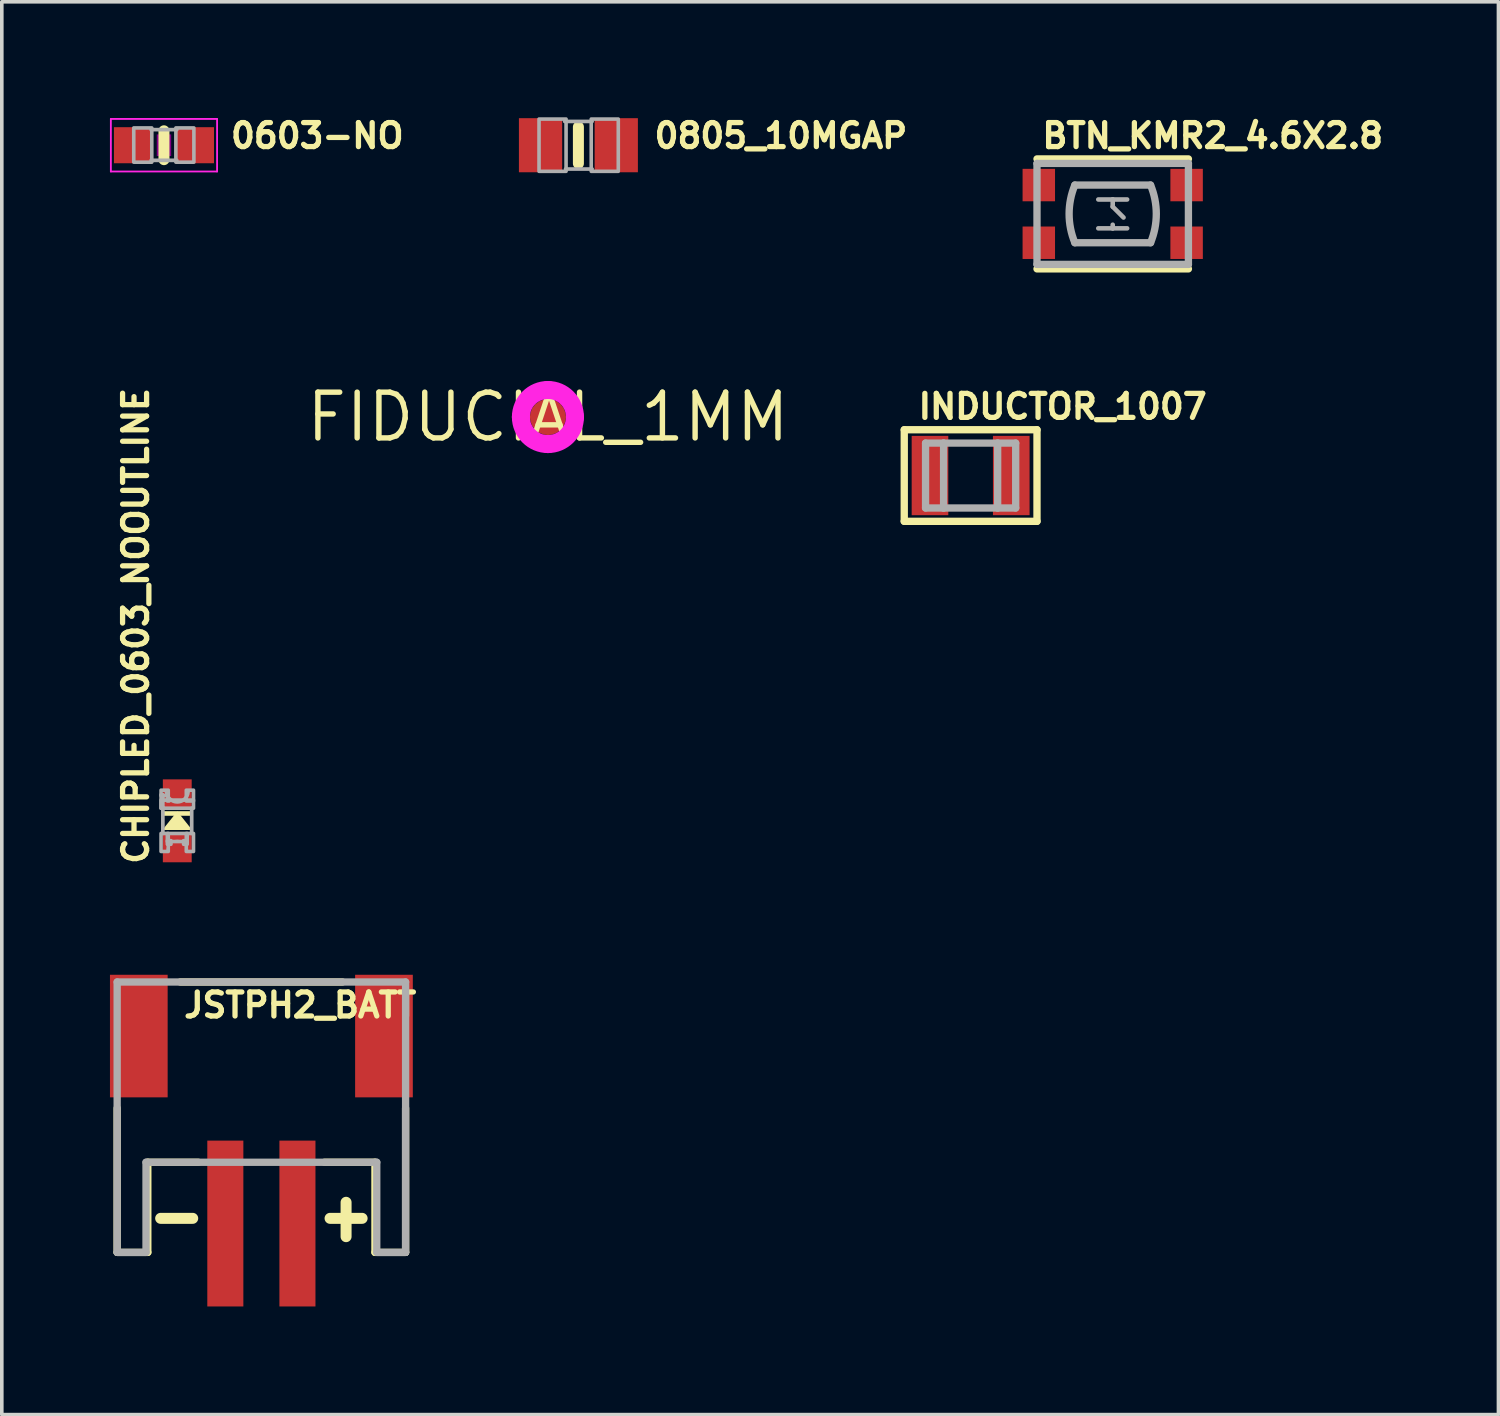
<source format=kicad_pcb>
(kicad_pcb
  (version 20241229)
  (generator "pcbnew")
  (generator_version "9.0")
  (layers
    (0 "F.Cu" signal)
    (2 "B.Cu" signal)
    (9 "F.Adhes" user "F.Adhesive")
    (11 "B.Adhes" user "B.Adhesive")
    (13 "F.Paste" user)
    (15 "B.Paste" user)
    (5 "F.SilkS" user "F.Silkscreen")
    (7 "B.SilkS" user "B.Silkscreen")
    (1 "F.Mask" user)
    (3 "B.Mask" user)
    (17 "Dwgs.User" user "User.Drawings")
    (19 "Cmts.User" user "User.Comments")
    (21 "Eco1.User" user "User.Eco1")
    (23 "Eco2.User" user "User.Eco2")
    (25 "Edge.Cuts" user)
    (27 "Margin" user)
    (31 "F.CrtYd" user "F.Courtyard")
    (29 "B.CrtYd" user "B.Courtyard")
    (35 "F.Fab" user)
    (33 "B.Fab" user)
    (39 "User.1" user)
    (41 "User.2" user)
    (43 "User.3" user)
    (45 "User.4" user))
  (footprint "BTN_KMR2_4.6X2.8"
    (layer "F.Cu")
    (at 27.813 2.883)
    (property "Reference" "BTN_KMR2_4.6X2.8" (at -2.032 -1.778 0) (layer "F.SilkS") (effects (font (size 0.666 0.666) (thickness 0.146)) (justify left bottom)))
    (fp_line (start -2.1 -1.525) (end 2.1 -1.525) (stroke (width 0.203) (type solid)) (layer "F.SilkS"))
    (fp_line (start 2.1 1.525) (end -2.1 1.525) (stroke (width 0.203) (type solid)) (layer "F.SilkS"))
    (fp_line (start -2.1 -1.4) (end 2.1 -1.4) (stroke (width 0.203) (type solid)) (layer "F.Fab"))
    (fp_line (start -2.1 1.4) (end -2.1 -1.4) (stroke (width 0.203) (type solid)) (layer "F.Fab"))
    (fp_line (start -1.05 -0.8) (end 1.05 -0.8) (stroke (width 0.203) (type solid)) (layer "F.Fab"))
    (fp_line (start -0.4 -0.4) (end 0 -0.4) (stroke (width 0.127) (type solid)) (layer "F.Fab"))
    (fp_line (start -0.4 0.4) (end 0 0.4) (stroke (width 0.127) (type solid)) (layer "F.Fab"))
    (fp_line (start 0 -0.4) (end 0 -0.2) (stroke (width 0.127) (type solid)) (layer "F.Fab"))
    (fp_line (start 0 -0.4) (end 0.4 -0.4) (stroke (width 0.127) (type solid)) (layer "F.Fab"))
    (fp_line (start 0 -0.2) (end 0.3 0.1) (stroke (width 0.127) (type solid)) (layer "F.Fab"))
    (fp_line (start 0 0.4) (end 0 0.3) (stroke (width 0.127) (type solid)) (layer "F.Fab"))
    (fp_line (start 0 0.4) (end 0.4 0.4) (stroke (width 0.127) (type solid)) (layer "F.Fab"))
    (fp_line (start 1.05 0.8) (end -1.05 0.8) (stroke (width 0.203) (type solid)) (layer "F.Fab"))
    (fp_line (start 2.1 -1.4) (end 2.1 1.4) (stroke (width 0.203) (type solid)) (layer "F.Fab"))
    (fp_line (start 2.1 1.4) (end -2.1 1.4) (stroke (width 0.203) (type solid)) (layer "F.Fab"))
    (fp_arc (start -1.05 0.8) (mid -1.209128 0) (end -1.05 -0.799999) (stroke (width 0.2032) (type solid)) (layer "F.Fab"))
    (fp_arc (start 1.05 -0.8) (mid 1.209128 0) (end 1.05 0.799999) (stroke (width 0.2032) (type solid)) (layer "F.Fab"))
    (pad "A" smd rect (at 2.05 -0.8) (size 0.9 0.9) (layers "F.Cu" "F.Mask" "F.Paste"))
    (pad "A'" smd rect (at -2.05 -0.8) (size 0.9 0.9) (layers "F.Cu" "F.Mask" "F.Paste"))
    (pad "B" smd rect (at 2.05 0.8) (size 0.9 0.9) (layers "F.Cu" "F.Mask" "F.Paste"))
    (pad "B'" smd rect (at -2.05 0.8) (size 0.9 0.9) (layers "F.Cu" "F.Mask" "F.Paste")))
  (footprint "INDUCTOR_1007"
    (layer "F.Cu")
    (at 23.872 10.14)
    (property "Reference" "INDUCTOR_1007" (at -1.524 -1.524 0) (layer "F.SilkS") (effects (font (size 0.666 0.666) (thickness 0.146)) (justify left bottom)))
    (fp_line (start -1.841 -1.27) (end 1.841 -1.27) (stroke (width 0.203) (type solid)) (layer "F.SilkS"))
    (fp_line (start -1.841 1.27) (end -1.841 -1.27) (stroke (width 0.203) (type solid)) (layer "F.SilkS"))
    (fp_line (start 1.841 -1.27) (end 1.841 1.27) (stroke (width 0.203) (type solid)) (layer "F.SilkS"))
    (fp_line (start 1.841 1.27) (end -1.841 1.27) (stroke (width 0.203) (type solid)) (layer "F.SilkS"))
    (fp_line (start -1.25 -0.9) (end -0.75 -0.9) (stroke (width 0.203) (type solid)) (layer "F.Fab"))
    (fp_line (start -1.25 0.9) (end -1.25 -0.9) (stroke (width 0.203) (type solid)) (layer "F.Fab"))
    (fp_line (start -1.25 0.9) (end -0.75 0.9) (stroke (width 0.203) (type solid)) (layer "F.Fab"))
    (fp_line (start -0.75 -0.9) (end 0.75 -0.9) (stroke (width 0.203) (type solid)) (layer "F.Fab"))
    (fp_line (start -0.75 0.9) (end -0.75 -0.9) (stroke (width 0.203) (type solid)) (layer "F.Fab"))
    (fp_line (start -0.75 0.9) (end 0.75 0.9) (stroke (width 0.203) (type solid)) (layer "F.Fab"))
    (fp_line (start 0.75 -0.9) (end 1.25 -0.9) (stroke (width 0.203) (type solid)) (layer "F.Fab"))
    (fp_line (start 0.75 0.9) (end 0.75 -0.9) (stroke (width 0.203) (type solid)) (layer "F.Fab"))
    (fp_line (start 0.75 0.9) (end 1.25 0.9) (stroke (width 0.203) (type solid)) (layer "F.Fab"))
    (fp_line (start 1.25 0.9) (end 1.25 -0.9) (stroke (width 0.203) (type solid)) (layer "F.Fab"))
    (pad "P$1" smd rect (at -1.127 0) (size 1.016 2.2) (layers "F.Cu" "F.Mask" "F.Paste"))
    (pad "P$2" smd rect (at 1.127 0) (size 1.016 2.2) (layers "F.Cu" "F.Mask" "F.Paste")))
  (footprint "0603-NO"
    (layer "F.Cu")
    (at 1.498 0.978)
    (property "Reference" "0603-NO" (at 1.778 0.127 0) (layer "F.SilkS") (effects (font (size 0.666 0.666) (thickness 0.146)) (justify left bottom)))
    (fp_line (start 0 -0.4) (end 0 0.4) (stroke (width 0.305) (type solid)) (layer "F.SilkS"))
    (fp_poly (pts (xy -0.2 0.3) (xy 0.2 0.3) (xy 0.2 -0.3) (xy -0.2 -0.3)) (stroke (width 0) (type solid)) (fill yes) (layer "F.Adhes"))
    (fp_line (start -1.473 -0.729) (end 1.473 -0.729) (stroke (width 0.051) (type solid)) (layer "F.CrtYd"))
    (fp_line (start -1.473 0.729) (end -1.473 -0.729) (stroke (width 0.051) (type solid)) (layer "F.CrtYd"))
    (fp_line (start 1.473 -0.729) (end 1.473 0.729) (stroke (width 0.051) (type solid)) (layer "F.CrtYd"))
    (fp_line (start 1.473 0.729) (end -1.473 0.729) (stroke (width 0.051) (type solid)) (layer "F.CrtYd"))
    (fp_line (start -0.356 -0.432) (end 0.356 -0.432) (stroke (width 0.102) (type solid)) (layer "F.Fab"))
    (fp_line (start -0.356 0.419) (end 0.356 0.419) (stroke (width 0.102) (type solid)) (layer "F.Fab"))
    (fp_poly (pts (xy -0.838 0.47) (xy -0.338 0.47) (xy -0.338 -0.48) (xy -0.838 -0.48)) (stroke (width 0.1) (type solid)) (fill no) (layer "F.Fab"))
    (fp_poly (pts (xy 0.33 0.47) (xy 0.83 0.47) (xy 0.83 -0.48) (xy 0.33 -0.48)) (stroke (width 0.1) (type solid)) (fill no) (layer "F.Fab"))
    (pad "1" smd rect (at -0.85 0) (size 1.075 1) (layers "F.Cu" "F.Mask" "F.Paste"))
    (pad "2" smd rect (at 0.85 0) (size 1.075 1) (layers "F.Cu" "F.Mask" "F.Paste")))
  (footprint "FIDUCIAL_1MM"
    (layer "F.Cu")
    (at 12.148 8.517)
    (property "Reference" "FIDUCIAL_1MM" (at 0 0 0) (layer "F.SilkS") (effects (font (size 1.27 1.27) (thickness 0.15))))
    (fp_arc (start -0.75 0) (mid -0.53033 -0.53033) (end 0 -0.75) (stroke (width 0.4699) (type solid)) (layer "F.Mask"))
    (fp_arc (start 0 -0.75) (mid 0.53033 -0.53033) (end 0.75 0) (stroke (width 0.4699) (type solid)) (layer "F.Mask"))
    (fp_arc (start 0 0.75) (mid -0.53033 0.53033) (end -0.75 0) (stroke (width 0.4699) (type solid)) (layer "F.Mask"))
    (fp_arc (start 0.75 0) (mid 0.53033 0.53033) (end 0 0.75) (stroke (width 0.4699) (type solid)) (layer "F.Mask"))
    (fp_arc (start -0.75 0) (mid -0.53033 -0.53033) (end 0 -0.75) (stroke (width 0.5) (type solid)) (layer "F.CrtYd"))
    (fp_arc (start 0 -0.75) (mid 0.53033 -0.53033) (end 0.75 0) (stroke (width 0.5) (type solid)) (layer "F.CrtYd"))
    (fp_arc (start 0 0.75) (mid -0.53033 0.53033) (end -0.75 0) (stroke (width 0.5) (type solid)) (layer "F.CrtYd"))
    (fp_arc (start 0.75 0) (mid 0.53033 0.53033) (end 0 0.75) (stroke (width 0.5) (type solid)) (layer "F.CrtYd"))
    (pad "1" smd roundrect (at 0 0) (size 1 1) (layers "F.Cu" "F.Mask") (roundrect_rratio 0.5)))
  (footprint "JSTPH2_BATT"
    (layer "F.Cu")
    (at 4.2 27.187)
    (property "Reference" "JSTPH2_BATT" (at -2.223 -1.968 0) (layer "F.SilkS") (effects (font (size 0.666 0.666) (thickness 0.146)) (justify left bottom)))
    (fp_line (start -4 4.5) (end -4 0.5) (stroke (width 0.203) (type solid)) (layer "F.SilkS"))
    (fp_line (start -3.15 2) (end -3.15 4.5) (stroke (width 0.203) (type solid)) (layer "F.SilkS"))
    (fp_line (start -3.15 4.5) (end -4 4.5) (stroke (width 0.203) (type solid)) (layer "F.SilkS"))
    (fp_line (start -2.794 3.556) (end -1.905 3.556) (stroke (width 0.305) (type solid)) (layer "F.SilkS"))
    (fp_line (start -2.25 -3) (end 2.25 -3) (stroke (width 0.203) (type solid)) (layer "F.SilkS"))
    (fp_line (start -1.75 2) (end -3.15 2) (stroke (width 0.203) (type solid)) (layer "F.SilkS"))
    (fp_line (start 1.905 3.556) (end 2.794 3.556) (stroke (width 0.305) (type solid)) (layer "F.SilkS"))
    (fp_line (start 2.349 4.064) (end 2.349 3.111) (stroke (width 0.305) (type solid)) (layer "F.SilkS"))
    (fp_line (start 3.15 2) (end 1.75 2) (stroke (width 0.203) (type solid)) (layer "F.SilkS"))
    (fp_line (start 3.15 4.5) (end 3.15 2) (stroke (width 0.203) (type solid)) (layer "F.SilkS"))
    (fp_line (start 4 0.5) (end 4 4.5) (stroke (width 0.203) (type solid)) (layer "F.SilkS"))
    (fp_line (start 4 4.5) (end 3.15 4.5) (stroke (width 0.203) (type solid)) (layer "F.SilkS"))
    (fp_line (start -4 -3) (end 4 -3) (stroke (width 0.203) (type solid)) (layer "F.Fab"))
    (fp_line (start -4 4.5) (end -4 -3) (stroke (width 0.203) (type solid)) (layer "F.Fab"))
    (fp_line (start -3.2 2) (end -3.2 4.5) (stroke (width 0.203) (type solid)) (layer "F.Fab"))
    (fp_line (start -3.2 4.5) (end -4 4.5) (stroke (width 0.203) (type solid)) (layer "F.Fab"))
    (fp_line (start 3.2 2) (end -3.2 2) (stroke (width 0.203) (type solid)) (layer "F.Fab"))
    (fp_line (start 3.2 4.5) (end 3.2 2) (stroke (width 0.203) (type solid)) (layer "F.Fab"))
    (fp_line (start 4 -3) (end 4 4.5) (stroke (width 0.203) (type solid)) (layer "F.Fab"))
    (fp_line (start 4 4.5) (end 3.2 4.5) (stroke (width 0.203) (type solid)) (layer "F.Fab"))
    (pad "1" smd rect (at -1 3.7) (size 1 4.6) (layers "F.Cu" "F.Mask" "F.Paste"))
    (pad "2" smd rect (at 1 3.7) (size 1 4.6) (layers "F.Cu" "F.Mask" "F.Paste"))
    (pad "NC1" smd rect (at -3.4 -1.5 90) (size 3.4 1.6) (layers "F.Cu" "F.Mask" "F.Paste"))
    (pad "NC2" smd rect (at 3.4 -1.5 90) (size 3.4 1.6) (layers "F.Cu" "F.Mask" "F.Paste")))
  (footprint "CHIPLED_0603_NOOUTLINE"
    (layer "F.Cu")
    (at 1.867 19.717)
    (property "Reference" "CHIPLED_0603_NOOUTLINE" (at -0.762 1.27 90) (layer "F.SilkS") (effects (font (size 0.666 0.666) (thickness 0.146)) (justify left bottom)))
    (fp_poly (pts (xy 0.413 0.254) (xy -0.413 0.254) (xy 0 -0.262)) (stroke (width 0) (type solid)) (fill yes) (layer "F.SilkS"))
    (fp_poly (pts (xy -0.381 -0.14) (xy 0.381 -0.14) (xy 0.381 -0.267) (xy -0.381 -0.267)) (stroke (width 0) (type solid)) (fill yes) (layer "F.SilkS"))
    (fp_line (start -0.4 -0.375) (end -0.4 0.35) (stroke (width 0.102) (type solid)) (layer "F.Fab"))
    (fp_line (start 0.4 -0.35) (end 0.4 0.35) (stroke (width 0.102) (type solid)) (layer "F.Fab"))
    (fp_arc (start -0.275 0.825) (mid 0 0.55) (end 0.275 0.825) (stroke (width 0.0508) (type solid)) (layer "F.Fab"))
    (fp_arc (start 0.3 -0.799998) (mid -0.000001 -0.524966) (end -0.3 -0.8) (stroke (width 0.1016) (type solid)) (layer "F.Fab"))
    (fp_circle (center -0.35 -0.625) (end -0.275 -0.625) (stroke (width 0.051) (type solid)) (fill no) (layer "F.Fab"))
    (fp_poly (pts (xy -0.45 -0.7) (xy -0.25 -0.7) (xy -0.25 -0.85) (xy -0.45 -0.85)) (stroke (width 0.1) (type solid)) (fill no) (layer "F.Fab"))
    (fp_poly (pts (xy -0.45 -0.35) (xy -0.4 -0.35) (xy -0.4 -0.725) (xy -0.45 -0.725)) (stroke (width 0.1) (type solid)) (fill no) (layer "F.Fab"))
    (fp_poly (pts (xy -0.45 -0.35) (xy 0.45 -0.35) (xy 0.45 -0.575) (xy -0.45 -0.575)) (stroke (width 0.1) (type solid)) (fill no) (layer "F.Fab"))
    (fp_poly (pts (xy -0.45 0.85) (xy -0.25 0.85) (xy -0.25 0.35) (xy -0.45 0.35)) (stroke (width 0.1) (type solid)) (fill no) (layer "F.Fab"))
    (fp_poly (pts (xy -0.275 -0.55) (xy -0.225 -0.55) (xy -0.225 -0.6) (xy -0.275 -0.6)) (stroke (width 0.1) (type solid)) (fill no) (layer "F.Fab"))
    (fp_poly (pts (xy -0.275 0.575) (xy 0.275 0.575) (xy 0.275 0.35) (xy -0.275 0.35)) (stroke (width 0.1) (type solid)) (fill no) (layer "F.Fab"))
    (fp_poly (pts (xy -0.275 0.65) (xy -0.175 0.65) (xy -0.175 0.55) (xy -0.275 0.55)) (stroke (width 0.1) (type solid)) (fill no) (layer "F.Fab"))
    (fp_poly (pts (xy 0.175 0.65) (xy 0.275 0.65) (xy 0.275 0.55) (xy 0.175 0.55)) (stroke (width 0.1) (type solid)) (fill no) (layer "F.Fab"))
    (fp_poly (pts (xy 0.25 -0.55) (xy 0.45 -0.55) (xy 0.45 -0.85) (xy 0.25 -0.85)) (stroke (width 0.1) (type solid)) (fill no) (layer "F.Fab"))
    (fp_poly (pts (xy 0.25 0.85) (xy 0.45 0.85) (xy 0.45 0.35) (xy 0.25 0.35)) (stroke (width 0.1) (type solid)) (fill no) (layer "F.Fab"))
    (pad "A" smd rect (at 0 0.75) (size 0.8 0.8) (layers "F.Cu" "F.Mask" "F.Paste"))
    (pad "C" smd rect (at 0 -0.75) (size 0.8 0.8) (layers "F.Cu" "F.Mask" "F.Paste")))
  (footprint "0805_10MGAP"
    (layer "F.Cu")
    (at 12.993 0.978)
    (property "Reference" "0805_10MGAP" (at 2.032 0.127 0) (layer "F.SilkS") (effects (font (size 0.666 0.666) (thickness 0.146)) (justify left bottom)))
    (fp_line (start 0 -0.508) (end 0 0.508) (stroke (width 0.305) (type solid)) (layer "F.SilkS"))
    (fp_line (start -0.381 -0.66) (end 0.381 -0.66) (stroke (width 0.102) (type solid)) (layer "F.Fab"))
    (fp_line (start -0.356 0.66) (end 0.381 0.66) (stroke (width 0.102) (type solid)) (layer "F.Fab"))
    (fp_poly (pts (xy -1.092 0.724) (xy -0.342 0.724) (xy -0.342 -0.726) (xy -1.092 -0.726)) (stroke (width 0.1) (type solid)) (fill no) (layer "F.Fab"))
    (fp_poly (pts (xy 0.356 0.724) (xy 1.106 0.724) (xy 1.106 -0.726) (xy 0.356 -0.726)) (stroke (width 0.1) (type solid)) (fill no) (layer "F.Fab"))
    (pad "1" smd rect (at -1.05 0) (size 1.2 1.5) (layers "F.Cu" "F.Mask" "F.Paste"))
    (pad "2" smd rect (at 1.05 0) (size 1.2 1.5) (layers "F.Cu" "F.Mask" "F.Paste")))
  (gr_rect
    (start -3 -3)
    (end 38.512 36.187)
    (stroke (width 0.1) (type default))
    (fill no)
    (layer "Edge.Cuts")))
</source>
